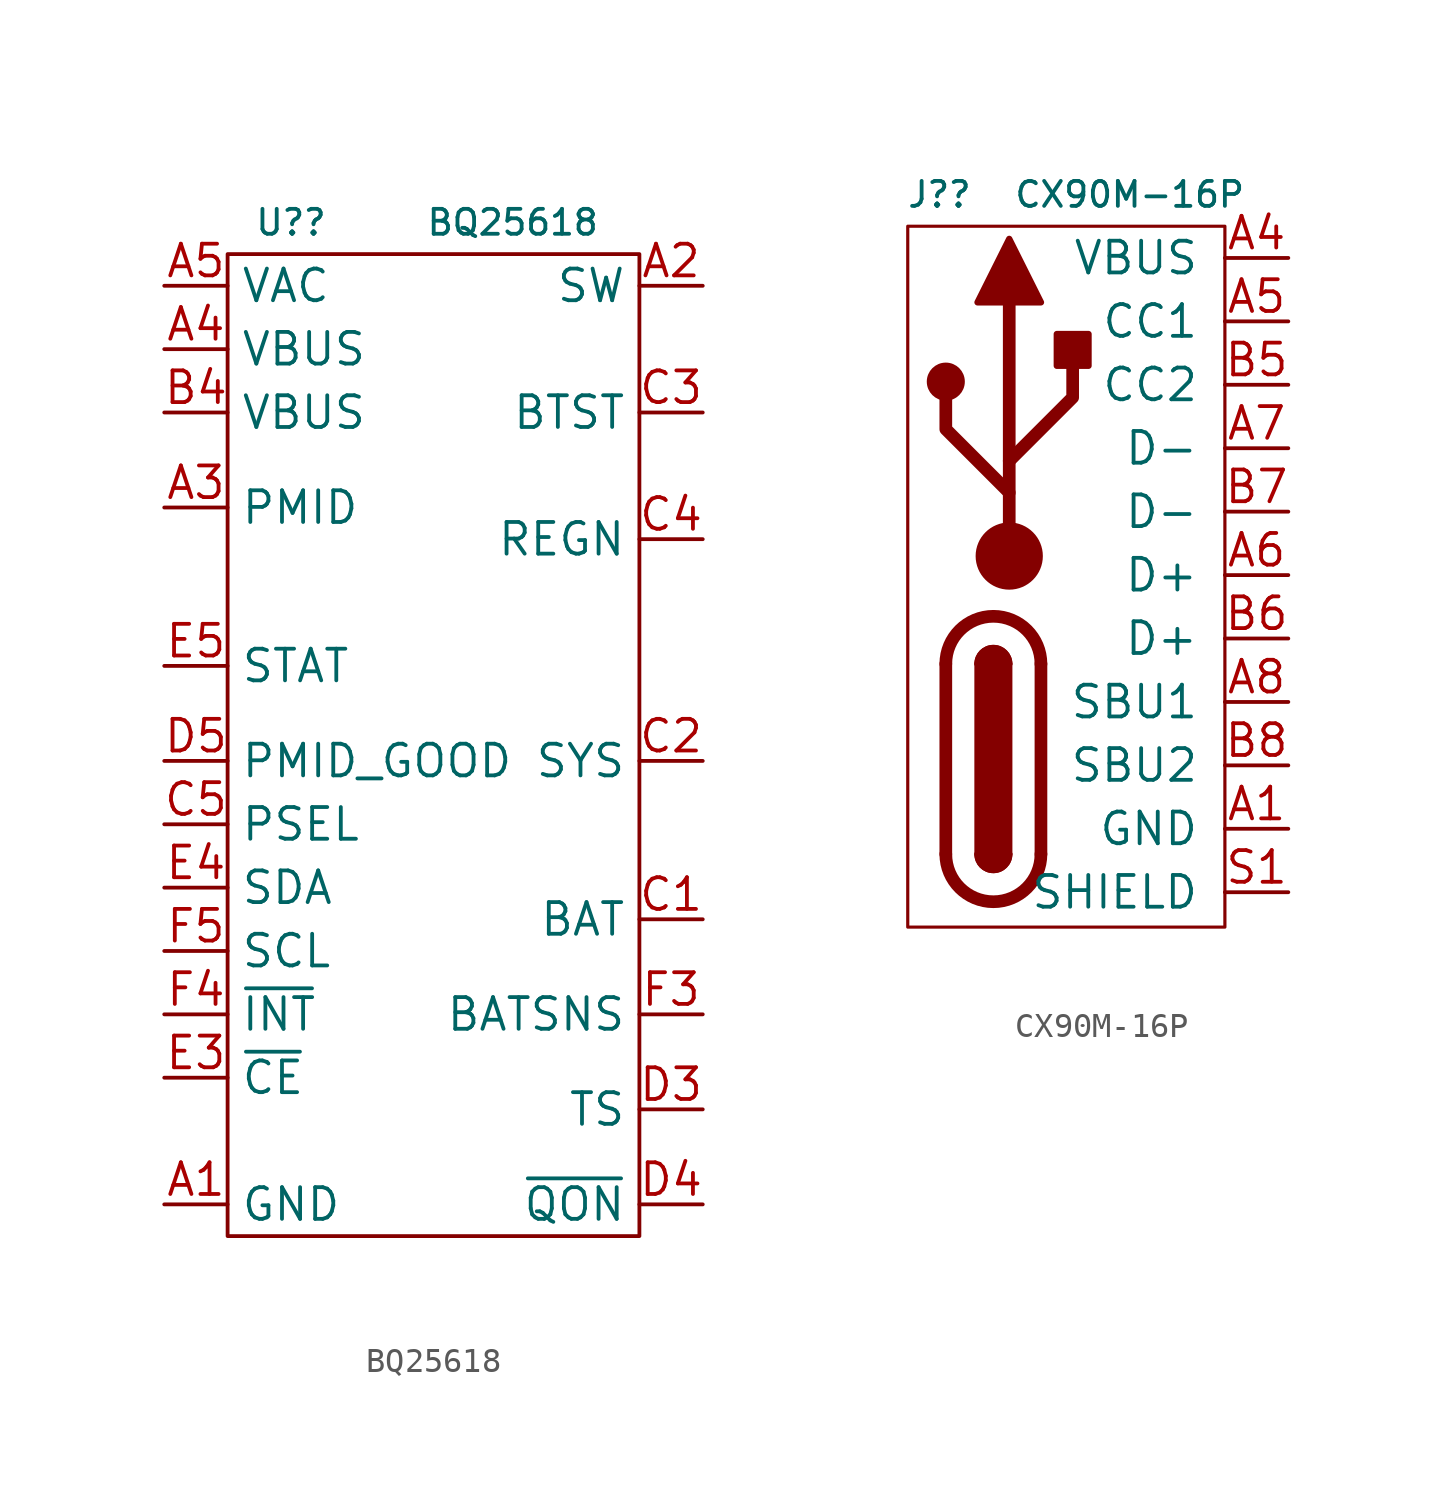
<source format=kicad_sym>
(kicad_symbol_lib
  (version 20211014)
  (generator kicad_symbol_editor)
  (symbol "BQ25618"
    (property "Reference" "U?"
      (at -5.08 20.32 0)
      (effects (font (size 1 1))))
    (property "Value" "BQ25618"
      (at 3.81 20.32 0)
      (effects (font (size 1 1))))
    (symbol "BQ25618_0_0"
      (pin power_in line (at -10.16 -19.05 0) (length 2.54) (name "GND" (effects (font (size 1.27 1.27)))) (number "A1" (effects (font (size 1.27 1.27)))))
      (pin power_out line (at 11.43 17.78 180) (length 2.54) (name "SW" (effects (font (size 1.27 1.27)))) (number "A2" (effects (font (size 1.27 1.27)))))
      (pin power_out line (at -10.16 8.89 0) (length 2.54) (name "PMID" (effects (font (size 1.27 1.27)))) (number "A3" (effects (font (size 1.27 1.27)))))
      (pin power_in line (at -10.16 15.24 0) (length 2.54) (name "VBUS" (effects (font (size 1.27 1.27)))) (number "A4" (effects (font (size 1.27 1.27)))))
      (pin input line (at -10.16 17.78 0) (length 2.54) (name "VAC" (effects (font (size 1.27 1.27)))) (number "A5" (effects (font (size 1.27 1.27)))))
      (pin passive line (at -10.16 -19.05 0) (length 2.54) hide (name "GND" (effects (font (size 1.27 1.27)))) (number "B1" (effects (font (size 1.27 1.27)))))
      (pin passive line (at 11.43 17.78 180) (length 2.54) hide (name "SW" (effects (font (size 1.27 1.27)))) (number "B2" (effects (font (size 1.27 1.27)))))
      (pin passive line (at -10.16 8.89 0) (length 2.54) hide (name "PMID" (effects (font (size 1.27 1.27)))) (number "B3" (effects (font (size 1.27 1.27)))))
      (pin power_in line (at -10.16 12.7 0) (length 2.54) (name "VBUS" (effects (font (size 1.27 1.27)))) (number "B4" (effects (font (size 1.27 1.27)))))
      (pin no_connect line (at -8.89 -16.51 0) (length 2.54) hide (name "NC" (effects (font (size 1.27 1.27)))) (number "B5" (effects (font (size 1.27 1.27)))))
      (pin power_in line (at 11.43 -7.62 180) (length 2.54) (name "BAT" (effects (font (size 1.27 1.27)))) (number "C1" (effects (font (size 1.27 1.27)))))
      (pin power_out line (at 11.43 -1.27 180) (length 2.54) (name "SYS" (effects (font (size 1.27 1.27)))) (number "C2" (effects (font (size 1.27 1.27)))))
      (pin power_out line (at 11.43 12.7 180) (length 2.54) (name "BTST" (effects (font (size 1.27 1.27)))) (number "C3" (effects (font (size 1.27 1.27)))))
      (pin power_out line (at 11.43 7.62 180) (length 2.54) (name "REGN" (effects (font (size 1.27 1.27)))) (number "C4" (effects (font (size 1.27 1.27)))))
      (pin input line (at -10.16 -3.81 0) (length 2.54) (name "PSEL" (effects (font (size 1.27 1.27)))) (number "C5" (effects (font (size 1.27 1.27)))))
      (pin passive line (at 11.43 -7.62 180) (length 2.54) hide (name "BAT" (effects (font (size 1.27 1.27)))) (number "D1" (effects (font (size 1.27 1.27)))))
      (pin passive line (at 11.43 -1.27 180) (length 2.54) hide (name "SYS" (effects (font (size 1.27 1.27)))) (number "D2" (effects (font (size 1.27 1.27)))))
      (pin input line (at 11.43 -15.24 180) (length 2.54) (name "TS" (effects (font (size 1.27 1.27)))) (number "D3" (effects (font (size 1.27 1.27)))))
      (pin input line (at 11.43 -19.05 180) (length 2.54) (name "~{QON}" (effects (font (size 1.27 1.27)))) (number "D4" (effects (font (size 1.27 1.27)))))
      (pin output line (at -10.16 -1.27 0) (length 2.54) (name "PMID_GOOD" (effects (font (size 1.27 1.27)))) (number "D5" (effects (font (size 1.27 1.27)))))
      (pin passive line (at 11.43 -7.62 180) (length 2.54) hide (name "BAT" (effects (font (size 1.27 1.27)))) (number "E1" (effects (font (size 1.27 1.27)))))
      (pin passive line (at 11.43 -1.27 180) (length 2.54) hide (name "SYS" (effects (font (size 1.27 1.27)))) (number "E2" (effects (font (size 1.27 1.27)))))
      (pin input line (at -10.16 -13.97 0) (length 2.54) (name "~{CE}" (effects (font (size 1.27 1.27)))) (number "E3" (effects (font (size 1.27 1.27)))))
      (pin bidirectional line (at -10.16 -6.35 0) (length 2.54) (name "SDA" (effects (font (size 1.27 1.27)))) (number "E4" (effects (font (size 1.27 1.27)))))
      (pin output line (at -10.16 2.54 0) (length 2.54) (name "STAT" (effects (font (size 1.27 1.27)))) (number "E5" (effects (font (size 1.27 1.27)))))
      (pin passive line (at 11.43 -7.62 180) (length 2.54) hide (name "BAT" (effects (font (size 1.27 1.27)))) (number "F1" (effects (font (size 1.27 1.27)))))
      (pin passive line (at 11.43 -1.27 180) (length 2.54) hide (name "SYS" (effects (font (size 1.27 1.27)))) (number "F2" (effects (font (size 1.27 1.27)))))
      (pin input line (at 11.43 -11.43 180) (length 2.54) (name "BATSNS" (effects (font (size 1.27 1.27)))) (number "F3" (effects (font (size 1.27 1.27)))))
      (pin output line (at -10.16 -11.43 0) (length 2.54) (name "~{INT}" (effects (font (size 1.27 1.27)))) (number "F4" (effects (font (size 1.27 1.27)))))
      (pin input line (at -10.16 -8.89 0) (length 2.54) (name "SCL" (effects (font (size 1.27 1.27)))) (number "F5" (effects (font (size 1.27 1.27))))))
    (symbol "BQ25618_0_1"
      (rectangle (start -7.62 19.05) (end 8.89 -20.32) (stroke (width 0) (type default) (color 0 0 0 0)) (fill (type none)))))
  (symbol "CX90M-16P"
    (pin_names
      (offset 1.016))
    (property "Reference" "J?"
      (at -6.35 15.24 0)
      (effects (font (size 1 1))))
    (property "Value" "CX90M-16P"
      (at 1.27 15.24 0)
      (effects (font (size 1 1))))
    (symbol "CX90M-16P_0_1"
      (rectangle (start -7.62 13.97) (end 5.08 -14.097) (stroke (width 0.127) (type default) (color 0 0 0 0)) (fill (type none)))
      (arc (start -6.096 -11.176) (mid -4.191 -13.081) (end -2.286 -11.176) (stroke (width 0.508) (type default) (color 0 0 0 0)) (fill (type none)))
      (circle (center -6.096 7.747) (radius 0.635) (stroke (width 0.254) (type default) (color 0 0 0 0)) (fill (type outline)))
      (arc (start -4.826 -11.176) (mid -4.191 -11.811) (end -3.556 -11.176) (stroke (width 0.254) (type default) (color 0 0 0 0)) (fill (type none)))
      (arc (start -4.826 -11.176) (mid -4.191 -11.811) (end -3.556 -11.176) (stroke (width 0.254) (type default) (color 0 0 0 0)) (fill (type outline)))
      (rectangle (start -4.826 -11.176) (end -3.556 -3.556) (stroke (width 0.254) (type default) (color 0 0 0 0)) (fill (type outline)))
      (arc (start -3.556 -3.556) (mid -4.191 -2.921) (end -4.826 -3.556) (stroke (width 0.254) (type default) (color 0 0 0 0)) (fill (type none)))
      (arc (start -3.556 -3.556) (mid -4.191 -2.921) (end -4.826 -3.556) (stroke (width 0.254) (type default) (color 0 0 0 0)) (fill (type outline)))
      (circle (center -3.556 0.762) (radius 1.27) (stroke (width 0) (type default) (color 0 0 0 0)) (fill (type outline)))
      (arc (start -2.286 -3.556) (mid -4.191 -1.651) (end -6.096 -3.556) (stroke (width 0.508) (type default) (color 0 0 0 0)) (fill (type none)))
      (rectangle (start -1.651 8.382) (end -0.381 9.652) (stroke (width 0.254) (type default) (color 0 0 0 0)) (fill (type outline)))
      (polyline (pts (xy -6.096 -11.176) (xy -6.096 -3.556)) (stroke (width 0.508) (type default) (color 0 0 0 0)) (fill (type none)))
      (polyline (pts (xy -3.556 0.762) (xy -3.556 10.922)) (stroke (width 0.508) (type default) (color 0 0 0 0)) (fill (type none)))
      (polyline (pts (xy -2.286 -3.556) (xy -2.286 -11.176)) (stroke (width 0.508) (type default) (color 0 0 0 0)) (fill (type none)))
      (polyline (pts (xy -3.556 3.302) (xy -6.096 5.842) (xy -6.096 7.112)) (stroke (width 0.508) (type default) (color 0 0 0 0)) (fill (type none)))
      (polyline (pts (xy -3.556 4.572) (xy -1.016 7.112) (xy -1.016 8.382)) (stroke (width 0.508) (type default) (color 0 0 0 0)) (fill (type none)))
      (polyline (pts (xy -4.826 10.922) (xy -3.556 13.462) (xy -2.286 10.922) (xy -4.826 10.922)) (stroke (width 0.254) (type default) (color 0 0 0 0)) (fill (type outline))))
    (symbol "CX90M-16P_1_1"
      (pin passive line (at 7.62 -10.16 180) (length 2.54) (name "GND" (effects (font (size 1.27 1.27)))) (number "A1" (effects (font (size 1.27 1.27)))))
      (pin passive line (at 7.62 -10.16 180) (length 2.54) hide (name "GND" (effects (font (size 1.27 1.27)))) (number "A12" (effects (font (size 1.27 1.27)))))
      (pin passive line (at 7.62 12.7 180) (length 2.54) (name "VBUS" (effects (font (size 1.27 1.27)))) (number "A4" (effects (font (size 1.27 1.27)))))
      (pin bidirectional line (at 7.62 10.16 180) (length 2.54) (name "CC1" (effects (font (size 1.27 1.27)))) (number "A5" (effects (font (size 1.27 1.27)))))
      (pin bidirectional line (at 7.62 0 180) (length 2.54) (name "D+" (effects (font (size 1.27 1.27)))) (number "A6" (effects (font (size 1.27 1.27)))))
      (pin bidirectional line (at 7.62 5.08 180) (length 2.54) (name "D-" (effects (font (size 1.27 1.27)))) (number "A7" (effects (font (size 1.27 1.27)))))
      (pin bidirectional line (at 7.62 -5.08 180) (length 2.54) (name "SBU1" (effects (font (size 1.27 1.27)))) (number "A8" (effects (font (size 1.27 1.27)))))
      (pin passive line (at 7.62 12.7 180) (length 2.54) hide (name "VBUS" (effects (font (size 1.27 1.27)))) (number "A9" (effects (font (size 1.27 1.27)))))
      (pin passive line (at 7.62 -10.16 180) (length 2.54) hide (name "GND" (effects (font (size 1.27 1.27)))) (number "B1" (effects (font (size 1.27 1.27)))))
      (pin passive line (at 7.62 -10.16 180) (length 2.54) hide (name "GND" (effects (font (size 1.27 1.27)))) (number "B12" (effects (font (size 1.27 1.27)))))
      (pin passive line (at 7.62 12.7 180) (length 2.54) hide (name "VBUS" (effects (font (size 1.27 1.27)))) (number "B4" (effects (font (size 1.27 1.27)))))
      (pin bidirectional line (at 7.62 7.62 180) (length 2.54) (name "CC2" (effects (font (size 1.27 1.27)))) (number "B5" (effects (font (size 1.27 1.27)))))
      (pin bidirectional line (at 7.62 -2.54 180) (length 2.54) (name "D+" (effects (font (size 1.27 1.27)))) (number "B6" (effects (font (size 1.27 1.27)))))
      (pin bidirectional line (at 7.62 2.54 180) (length 2.54) (name "D-" (effects (font (size 1.27 1.27)))) (number "B7" (effects (font (size 1.27 1.27)))))
      (pin bidirectional line (at 7.62 -7.62 180) (length 2.54) (name "SBU2" (effects (font (size 1.27 1.27)))) (number "B8" (effects (font (size 1.27 1.27)))))
      (pin passive line (at 7.62 12.7 180) (length 2.54) hide (name "VBUS" (effects (font (size 1.27 1.27)))) (number "B9" (effects (font (size 1.27 1.27)))))
      (pin passive line (at 7.62 -12.7 180) (length 2.54) (name "SHIELD" (effects (font (size 1.27 1.27)))) (number "S1" (effects (font (size 1.27 1.27))))))))
</source>
